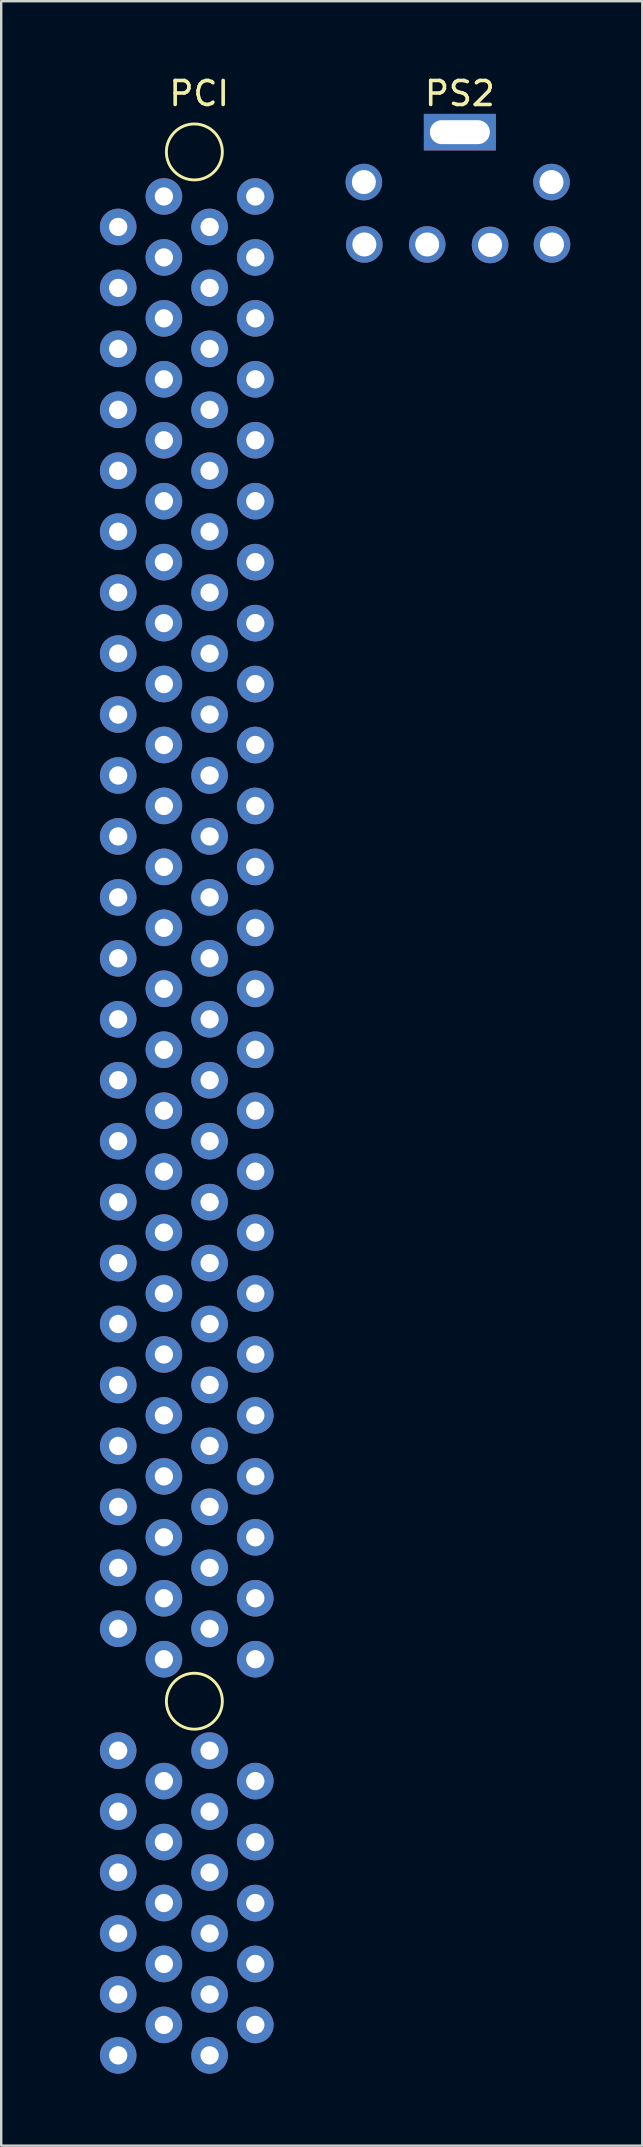
<source format=kicad_pcb>
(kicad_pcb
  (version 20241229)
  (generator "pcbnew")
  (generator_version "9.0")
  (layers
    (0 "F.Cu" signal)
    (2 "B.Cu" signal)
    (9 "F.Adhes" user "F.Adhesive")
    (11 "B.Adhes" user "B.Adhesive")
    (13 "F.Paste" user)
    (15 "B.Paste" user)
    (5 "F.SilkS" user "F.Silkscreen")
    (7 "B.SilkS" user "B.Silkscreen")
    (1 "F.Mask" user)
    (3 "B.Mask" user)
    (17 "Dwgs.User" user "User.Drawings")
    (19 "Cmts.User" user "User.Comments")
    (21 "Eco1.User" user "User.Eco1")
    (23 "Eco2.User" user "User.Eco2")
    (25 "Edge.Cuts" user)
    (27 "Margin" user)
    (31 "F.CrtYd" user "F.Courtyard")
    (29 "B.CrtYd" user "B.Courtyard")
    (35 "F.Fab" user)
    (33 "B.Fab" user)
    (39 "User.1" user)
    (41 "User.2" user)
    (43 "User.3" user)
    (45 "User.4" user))
  (footprint "PS2"
    (layer "F.Cu")
    (at 16.114 0.348)
    (property "Reference" "PS2" (at 0 0.5 0) (layer "F.SilkS") (effects (font (size 1 1) (thickness 0.15))))
    (attr through_hole)
    (pad "1" thru_hole circle (at -4 4.19) (size 1.524 1.524) (drill 1) (layers "*.Cu" "*.Mask"))
    (pad "1" thru_hole circle (at -3.98 6.79) (size 1.524 1.524) (drill 1) (layers "*.Cu" "*.Mask"))
    (pad "1" thru_hole circle (at -1.36 6.79) (size 1.524 1.524) (drill 1) (layers "*.Cu" "*.Mask"))
    (pad "1" thru_hole rect (at 0 2.11) (size 3 1.524) (drill oval 2.5 1) (layers "*.Cu" "*.Mask"))
    (pad "1" thru_hole circle (at 1.26 6.81) (size 1.524 1.524) (drill 1) (layers "*.Cu" "*.Mask"))
    (pad "1" thru_hole circle (at 3.82 4.19) (size 1.524 1.524) (drill 1) (layers "*.Cu" "*.Mask"))
    (pad "1" thru_hole circle (at 3.84 6.79) (size 1.524 1.524) (drill 1) (layers "*.Cu" "*.Mask")))
  (footprint "PCI"
    (layer "F.Cu")
    (at 0.25 21.648)
    (property "Reference" "PCI" (at 5 -20.8 0) (layer "F.SilkS") (effects (font (size 1 1) (thickness 0.15))))
    (attr through_hole)
    (fp_circle (center 4.8 -18.366) (end 4.2 -17.366) (stroke (width 0.12) (type solid)) (fill no) (layer "F.SilkS"))
    (fp_circle (center 4.8 46.2) (end 4.2 47.2) (stroke (width 0.12) (type solid)) (fill no) (layer "F.SilkS"))
    (pad "A1" thru_hole circle (at 7.34 -16.51) (size 1.524 1.524) (drill 0.762) (layers "*.Cu" "*.Mask"))
    (pad "A2" thru_hole circle (at 5.435 -15.24) (size 1.524 1.524) (drill 0.762) (layers "*.Cu" "*.Mask"))
    (pad "A3" thru_hole circle (at 7.34 -13.97) (size 1.524 1.524) (drill 0.762) (layers "*.Cu" "*.Mask"))
    (pad "A4" thru_hole circle (at 5.435 -12.7) (size 1.524 1.524) (drill 0.762) (layers "*.Cu" "*.Mask"))
    (pad "A5" thru_hole circle (at 7.34 -11.43) (size 1.524 1.524) (drill 0.762) (layers "*.Cu" "*.Mask"))
    (pad "A6" thru_hole circle (at 5.435 -10.16) (size 1.524 1.524) (drill 0.762) (layers "*.Cu" "*.Mask"))
    (pad "A7" thru_hole circle (at 7.34 -8.89) (size 1.524 1.524) (drill 0.762) (layers "*.Cu" "*.Mask"))
    (pad "A8" thru_hole circle (at 5.435 -7.62) (size 1.524 1.524) (drill 0.762) (layers "*.Cu" "*.Mask"))
    (pad "A9" thru_hole circle (at 7.34 -6.35) (size 1.524 1.524) (drill 0.762) (layers "*.Cu" "*.Mask"))
    (pad "A10" thru_hole circle (at 5.435 -5.08) (size 1.524 1.524) (drill 0.762) (layers "*.Cu" "*.Mask"))
    (pad "A11" thru_hole circle (at 7.34 -3.81) (size 1.524 1.524) (drill 0.762) (layers "*.Cu" "*.Mask"))
    (pad "A12" thru_hole circle (at 5.435 -2.54) (size 1.524 1.524) (drill 0.762) (layers "*.Cu" "*.Mask"))
    (pad "A13" thru_hole circle (at 7.34 -1.27) (size 1.524 1.524) (drill 0.762) (layers "*.Cu" "*.Mask"))
    (pad "A14" thru_hole circle (at 5.435 0) (size 1.524 1.524) (drill 0.762) (layers "*.Cu" "*.Mask"))
    (pad "A15" thru_hole circle (at 7.34 1.27) (size 1.524 1.524) (drill 0.762) (layers "*.Cu" "*.Mask"))
    (pad "A16" thru_hole circle (at 5.435 2.54) (size 1.524 1.524) (drill 0.762) (layers "*.Cu" "*.Mask"))
    (pad "A17" thru_hole circle (at 7.34 3.81) (size 1.524 1.524) (drill 0.762) (layers "*.Cu" "*.Mask"))
    (pad "A18" thru_hole circle (at 5.435 5.08) (size 1.524 1.524) (drill 0.762) (layers "*.Cu" "*.Mask"))
    (pad "A19" thru_hole circle (at 7.34 6.35) (size 1.524 1.524) (drill 0.762) (layers "*.Cu" "*.Mask"))
    (pad "A20" thru_hole circle (at 5.435 7.62) (size 1.524 1.524) (drill 0.762) (layers "*.Cu" "*.Mask"))
    (pad "A21" thru_hole circle (at 7.34 8.89) (size 1.524 1.524) (drill 0.762) (layers "*.Cu" "*.Mask"))
    (pad "A22" thru_hole circle (at 5.435 10.16) (size 1.524 1.524) (drill 0.762) (layers "*.Cu" "*.Mask"))
    (pad "A23" thru_hole circle (at 7.34 11.43) (size 1.524 1.524) (drill 0.762) (layers "*.Cu" "*.Mask"))
    (pad "A24" thru_hole circle (at 5.435 12.7) (size 1.524 1.524) (drill 0.762) (layers "*.Cu" "*.Mask"))
    (pad "A25" thru_hole circle (at 7.34 13.97) (size 1.524 1.524) (drill 0.762) (layers "*.Cu" "*.Mask"))
    (pad "A26" thru_hole circle (at 5.435 15.24) (size 1.524 1.524) (drill 0.762) (layers "*.Cu" "*.Mask"))
    (pad "A27" thru_hole circle (at 7.34 16.51) (size 1.524 1.524) (drill 0.762) (layers "*.Cu" "*.Mask"))
    (pad "A28" thru_hole circle (at 5.435 17.78) (size 1.524 1.524) (drill 0.762) (layers "*.Cu" "*.Mask"))
    (pad "A29" thru_hole circle (at 7.34 19.05) (size 1.524 1.524) (drill 0.762) (layers "*.Cu" "*.Mask"))
    (pad "A30" thru_hole circle (at 5.435 20.32) (size 1.524 1.524) (drill 0.762) (layers "*.Cu" "*.Mask"))
    (pad "A31" thru_hole circle (at 7.34 21.59) (size 1.524 1.524) (drill 0.762) (layers "*.Cu" "*.Mask"))
    (pad "A32" thru_hole circle (at 5.435 22.86) (size 1.524 1.524) (drill 0.762) (layers "*.Cu" "*.Mask"))
    (pad "A33" thru_hole circle (at 7.34 24.13) (size 1.524 1.524) (drill 0.762) (layers "*.Cu" "*.Mask"))
    (pad "A34" thru_hole circle (at 5.435 25.4) (size 1.524 1.524) (drill 0.762) (layers "*.Cu" "*.Mask"))
    (pad "A35" thru_hole circle (at 7.34 26.67) (size 1.524 1.524) (drill 0.762) (layers "*.Cu" "*.Mask"))
    (pad "A36" thru_hole circle (at 5.435 27.94) (size 1.524 1.524) (drill 0.762) (layers "*.Cu" "*.Mask"))
    (pad "A37" thru_hole circle (at 7.34 29.21) (size 1.524 1.524) (drill 0.762) (layers "*.Cu" "*.Mask"))
    (pad "A38" thru_hole circle (at 5.435 30.48) (size 1.524 1.524) (drill 0.762) (layers "*.Cu" "*.Mask"))
    (pad "A39" thru_hole circle (at 7.34 31.75) (size 1.524 1.524) (drill 0.762) (layers "*.Cu" "*.Mask"))
    (pad "A40" thru_hole circle (at 5.435 33.02) (size 1.524 1.524) (drill 0.762) (layers "*.Cu" "*.Mask"))
    (pad "A41" thru_hole circle (at 7.34 34.29) (size 1.524 1.524) (drill 0.762) (layers "*.Cu" "*.Mask"))
    (pad "A42" thru_hole circle (at 5.435 35.56) (size 1.524 1.524) (drill 0.762) (layers "*.Cu" "*.Mask"))
    (pad "A43" thru_hole circle (at 7.34 36.83) (size 1.524 1.524) (drill 0.762) (layers "*.Cu" "*.Mask"))
    (pad "A44" thru_hole circle (at 5.435 38.1) (size 1.524 1.524) (drill 0.762) (layers "*.Cu" "*.Mask"))
    (pad "A45" thru_hole circle (at 7.34 39.37) (size 1.524 1.524) (drill 0.762) (layers "*.Cu" "*.Mask"))
    (pad "A46" thru_hole circle (at 5.435 40.64) (size 1.524 1.524) (drill 0.762) (layers "*.Cu" "*.Mask"))
    (pad "A47" thru_hole circle (at 7.34 41.91) (size 1.524 1.524) (drill 0.762) (layers "*.Cu" "*.Mask"))
    (pad "A48" thru_hole circle (at 5.435 43.18) (size 1.524 1.524) (drill 0.762) (layers "*.Cu" "*.Mask"))
    (pad "A49" thru_hole circle (at 7.34 44.45) (size 1.524 1.524) (drill 0.762) (layers "*.Cu" "*.Mask"))
    (pad "A52" thru_hole circle (at 5.435 48.26) (size 1.524 1.524) (drill 0.762) (layers "*.Cu" "*.Mask"))
    (pad "A53" thru_hole circle (at 7.34 49.53) (size 1.524 1.524) (drill 0.762) (layers "*.Cu" "*.Mask"))
    (pad "A54" thru_hole circle (at 5.435 50.8) (size 1.524 1.524) (drill 0.762) (layers "*.Cu" "*.Mask"))
    (pad "A55" thru_hole circle (at 7.34 52.07) (size 1.524 1.524) (drill 0.762) (layers "*.Cu" "*.Mask"))
    (pad "A56" thru_hole circle (at 5.435 53.34) (size 1.524 1.524) (drill 0.762) (layers "*.Cu" "*.Mask"))
    (pad "A57" thru_hole circle (at 7.34 54.61) (size 1.524 1.524) (drill 0.762) (layers "*.Cu" "*.Mask"))
    (pad "A58" thru_hole circle (at 5.435 55.88) (size 1.524 1.524) (drill 0.762) (layers "*.Cu" "*.Mask"))
    (pad "A59" thru_hole circle (at 7.34 57.15) (size 1.524 1.524) (drill 0.762) (layers "*.Cu" "*.Mask"))
    (pad "A60" thru_hole circle (at 5.435 58.42) (size 1.524 1.524) (drill 0.762) (layers "*.Cu" "*.Mask"))
    (pad "A61" thru_hole circle (at 7.34 59.69) (size 1.524 1.524) (drill 0.762) (layers "*.Cu" "*.Mask"))
    (pad "A62" thru_hole circle (at 5.435 60.96) (size 1.524 1.524) (drill 0.762) (layers "*.Cu" "*.Mask"))
    (pad "B1" thru_hole circle (at 3.53 -16.51) (size 1.524 1.524) (drill 0.762) (layers "*.Cu" "*.Mask"))
    (pad "B2" thru_hole circle (at 1.625 -15.24) (size 1.524 1.524) (drill 0.762) (layers "*.Cu" "*.Mask"))
    (pad "B3" thru_hole circle (at 3.53 -13.97) (size 1.524 1.524) (drill 0.762) (layers "*.Cu" "*.Mask"))
    (pad "B4" thru_hole circle (at 1.625 -12.7) (size 1.524 1.524) (drill 0.762) (layers "*.Cu" "*.Mask"))
    (pad "B5" thru_hole circle (at 3.53 -11.43) (size 1.524 1.524) (drill 0.762) (layers "*.Cu" "*.Mask"))
    (pad "B6" thru_hole circle (at 1.625 -10.16) (size 1.524 1.524) (drill 0.762) (layers "*.Cu" "*.Mask"))
    (pad "B7" thru_hole circle (at 3.53 -8.89) (size 1.524 1.524) (drill 0.762) (layers "*.Cu" "*.Mask"))
    (pad "B8" thru_hole circle (at 1.625 -7.62) (size 1.524 1.524) (drill 0.762) (layers "*.Cu" "*.Mask"))
    (pad "B9" thru_hole circle (at 3.53 -6.35) (size 1.524 1.524) (drill 0.762) (layers "*.Cu" "*.Mask"))
    (pad "B10" thru_hole circle (at 1.625 -5.08) (size 1.524 1.524) (drill 0.762) (layers "*.Cu" "*.Mask"))
    (pad "B11" thru_hole circle (at 3.53 -3.81) (size 1.524 1.524) (drill 0.762) (layers "*.Cu" "*.Mask"))
    (pad "B12" thru_hole circle (at 1.625 -2.54) (size 1.524 1.524) (drill 0.762) (layers "*.Cu" "*.Mask"))
    (pad "B13" thru_hole circle (at 3.53 -1.27) (size 1.524 1.524) (drill 0.762) (layers "*.Cu" "*.Mask"))
    (pad "B14" thru_hole circle (at 1.625 0) (size 1.524 1.524) (drill 0.762) (layers "*.Cu" "*.Mask"))
    (pad "B15" thru_hole circle (at 3.53 1.27) (size 1.524 1.524) (drill 0.762) (layers "*.Cu" "*.Mask"))
    (pad "B16" thru_hole circle (at 1.625 2.54) (size 1.524 1.524) (drill 0.762) (layers "*.Cu" "*.Mask"))
    (pad "B17" thru_hole circle (at 3.53 3.81) (size 1.524 1.524) (drill 0.762) (layers "*.Cu" "*.Mask"))
    (pad "B18" thru_hole circle (at 1.625 5.08) (size 1.524 1.524) (drill 0.762) (layers "*.Cu" "*.Mask"))
    (pad "B19" thru_hole circle (at 3.53 6.35) (size 1.524 1.524) (drill 0.762) (layers "*.Cu" "*.Mask"))
    (pad "B20" thru_hole circle (at 1.625 7.62) (size 1.524 1.524) (drill 0.762) (layers "*.Cu" "*.Mask"))
    (pad "B21" thru_hole circle (at 3.53 8.89) (size 1.524 1.524) (drill 0.762) (layers "*.Cu" "*.Mask"))
    (pad "B22" thru_hole circle (at 1.625 10.16) (size 1.524 1.524) (drill 0.762) (layers "*.Cu" "*.Mask"))
    (pad "B23" thru_hole circle (at 3.53 11.43) (size 1.524 1.524) (drill 0.762) (layers "*.Cu" "*.Mask"))
    (pad "B24" thru_hole circle (at 1.625 12.7) (size 1.524 1.524) (drill 0.762) (layers "*.Cu" "*.Mask"))
    (pad "B25" thru_hole circle (at 3.53 13.97) (size 1.524 1.524) (drill 0.762) (layers "*.Cu" "*.Mask"))
    (pad "B26" thru_hole circle (at 1.625 15.24) (size 1.524 1.524) (drill 0.762) (layers "*.Cu" "*.Mask"))
    (pad "B27" thru_hole circle (at 3.53 16.51) (size 1.524 1.524) (drill 0.762) (layers "*.Cu" "*.Mask"))
    (pad "B28" thru_hole circle (at 1.625 17.78) (size 1.524 1.524) (drill 0.762) (layers "*.Cu" "*.Mask"))
    (pad "B29" thru_hole circle (at 3.53 19.05) (size 1.524 1.524) (drill 0.762) (layers "*.Cu" "*.Mask"))
    (pad "B30" thru_hole circle (at 1.625 20.32) (size 1.524 1.524) (drill 0.762) (layers "*.Cu" "*.Mask"))
    (pad "B31" thru_hole circle (at 3.53 21.59) (size 1.524 1.524) (drill 0.762) (layers "*.Cu" "*.Mask"))
    (pad "B32" thru_hole circle (at 1.625 22.86) (size 1.524 1.524) (drill 0.762) (layers "*.Cu" "*.Mask"))
    (pad "B33" thru_hole circle (at 3.53 24.13) (size 1.524 1.524) (drill 0.762) (layers "*.Cu" "*.Mask"))
    (pad "B34" thru_hole circle (at 1.625 25.4) (size 1.524 1.524) (drill 0.762) (layers "*.Cu" "*.Mask"))
    (pad "B35" thru_hole circle (at 3.53 26.67) (size 1.524 1.524) (drill 0.762) (layers "*.Cu" "*.Mask"))
    (pad "B36" thru_hole circle (at 1.625 27.94) (size 1.524 1.524) (drill 0.762) (layers "*.Cu" "*.Mask"))
    (pad "B37" thru_hole circle (at 3.53 29.21) (size 1.524 1.524) (drill 0.762) (layers "*.Cu" "*.Mask"))
    (pad "B38" thru_hole circle (at 1.625 30.48) (size 1.524 1.524) (drill 0.762) (layers "*.Cu" "*.Mask"))
    (pad "B39" thru_hole circle (at 3.53 31.75) (size 1.524 1.524) (drill 0.762) (layers "*.Cu" "*.Mask"))
    (pad "B40" thru_hole circle (at 1.625 33.02) (size 1.524 1.524) (drill 0.762) (layers "*.Cu" "*.Mask"))
    (pad "B41" thru_hole circle (at 3.53 34.29) (size 1.524 1.524) (drill 0.762) (layers "*.Cu" "*.Mask"))
    (pad "B42" thru_hole circle (at 1.625 35.56) (size 1.524 1.524) (drill 0.762) (layers "*.Cu" "*.Mask"))
    (pad "B43" thru_hole circle (at 3.53 36.83) (size 1.524 1.524) (drill 0.762) (layers "*.Cu" "*.Mask"))
    (pad "B44" thru_hole circle (at 1.625 38.1) (size 1.524 1.524) (drill 0.762) (layers "*.Cu" "*.Mask"))
    (pad "B45" thru_hole circle (at 3.53 39.37) (size 1.524 1.524) (drill 0.762) (layers "*.Cu" "*.Mask"))
    (pad "B46" thru_hole circle (at 1.625 40.64) (size 1.524 1.524) (drill 0.762) (layers "*.Cu" "*.Mask"))
    (pad "B47" thru_hole circle (at 3.53 41.91) (size 1.524 1.524) (drill 0.762) (layers "*.Cu" "*.Mask"))
    (pad "B48" thru_hole circle (at 1.625 43.18) (size 1.524 1.524) (drill 0.762) (layers "*.Cu" "*.Mask"))
    (pad "B49" thru_hole circle (at 3.53 44.45) (size 1.524 1.524) (drill 0.762) (layers "*.Cu" "*.Mask"))
    (pad "B52" thru_hole circle (at 1.625 48.26) (size 1.524 1.524) (drill 0.762) (layers "*.Cu" "*.Mask"))
    (pad "B53" thru_hole circle (at 3.53 49.53) (size 1.524 1.524) (drill 0.762) (layers "*.Cu" "*.Mask"))
    (pad "B54" thru_hole circle (at 1.625 50.8) (size 1.524 1.524) (drill 0.762) (layers "*.Cu" "*.Mask"))
    (pad "B55" thru_hole circle (at 3.53 52.07) (size 1.524 1.524) (drill 0.762) (layers "*.Cu" "*.Mask"))
    (pad "B56" thru_hole circle (at 1.625 53.34) (size 1.524 1.524) (drill 0.762) (layers "*.Cu" "*.Mask"))
    (pad "B57" thru_hole circle (at 3.53 54.61) (size 1.524 1.524) (drill 0.762) (layers "*.Cu" "*.Mask"))
    (pad "B58" thru_hole circle (at 1.625 55.88) (size 1.524 1.524) (drill 0.762) (layers "*.Cu" "*.Mask"))
    (pad "B59" thru_hole circle (at 3.53 57.15) (size 1.524 1.524) (drill 0.762) (layers "*.Cu" "*.Mask"))
    (pad "B60" thru_hole circle (at 1.625 58.42) (size 1.524 1.524) (drill 0.762) (layers "*.Cu" "*.Mask"))
    (pad "B61" thru_hole circle (at 3.53 59.69) (size 1.524 1.524) (drill 0.762) (layers "*.Cu" "*.Mask"))
    (pad "B62" thru_hole circle (at 1.625 60.96) (size 1.524 1.524) (drill 0.762) (layers "*.Cu" "*.Mask")))
  (gr_rect
    (start -3 -3)
    (end 23.716 86.37)
    (stroke (width 0.1) (type default))
    (fill no)
    (layer "Edge.Cuts")))
</source>
